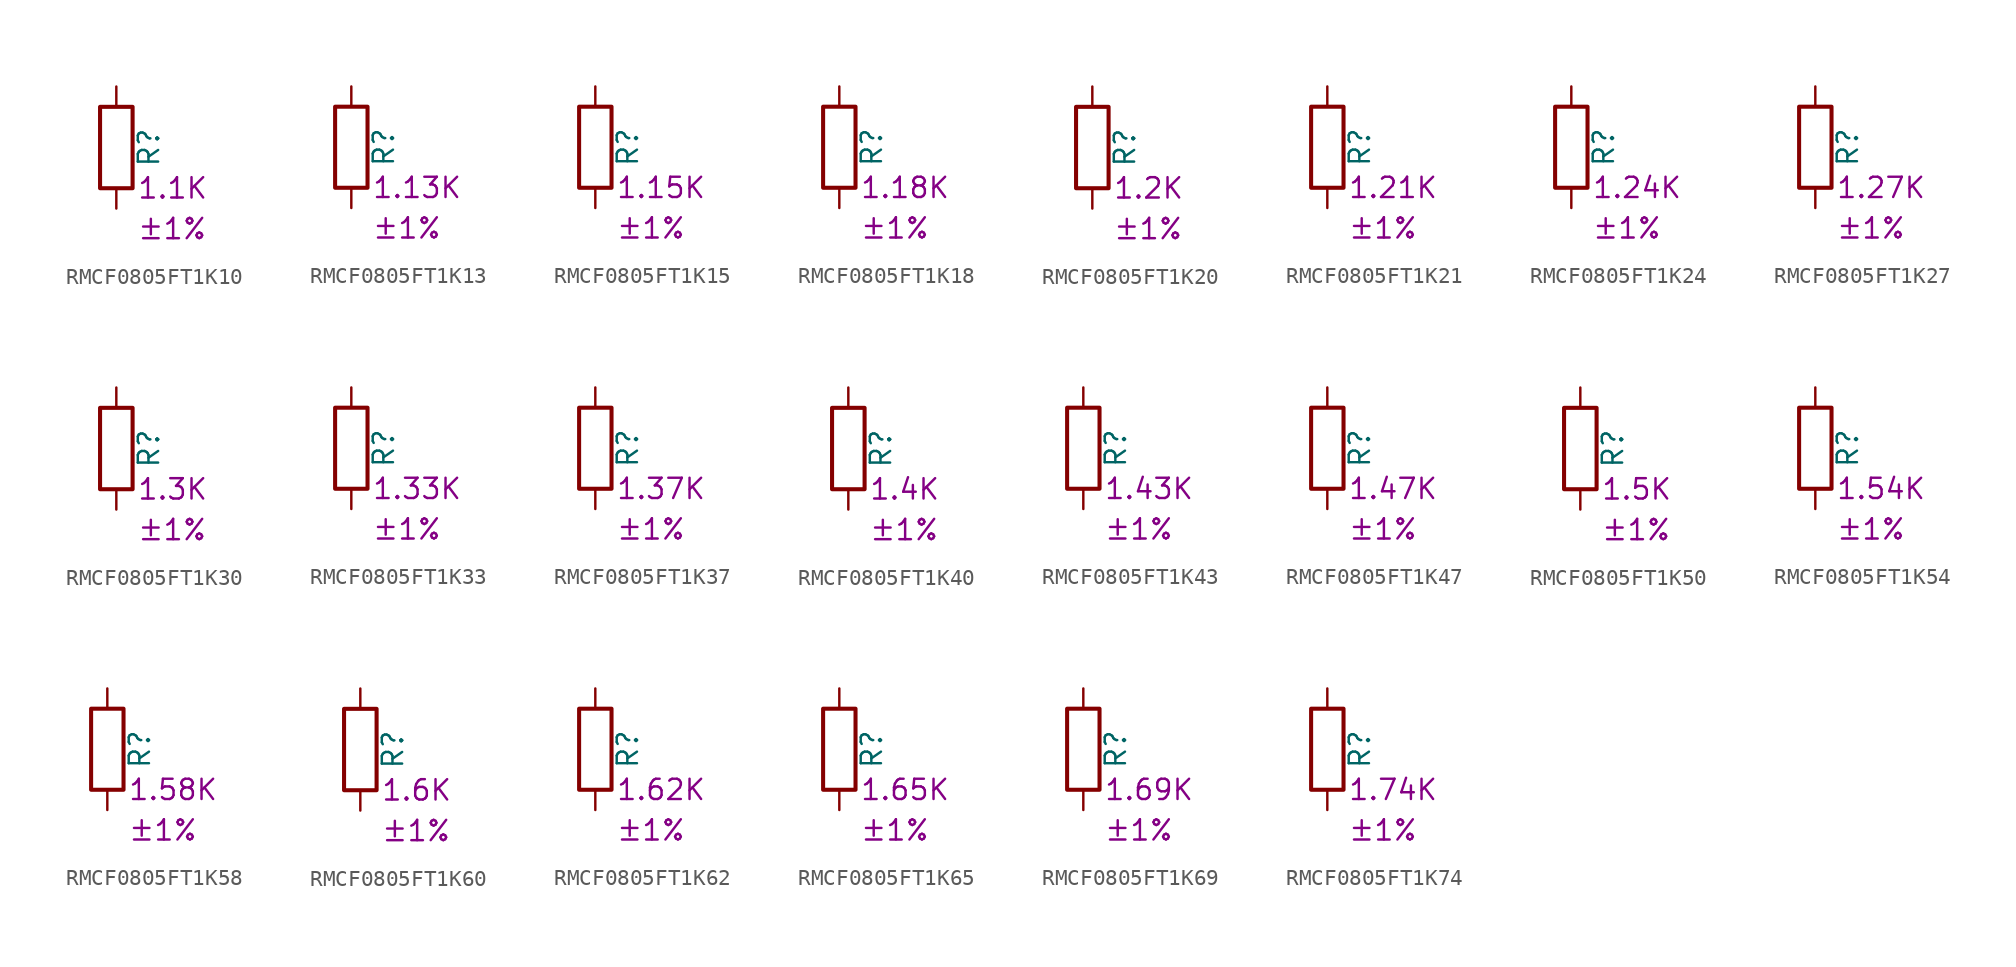
<source format=kicad_sym>
(kicad_symbol_lib
  (version 20220914)
  (generator kicad_symbol_editor)
  (symbol "RMCF0805FT1K10"
    (pin_numbers hide)
    (pin_names
      (offset 0))
    (property "Reference" "R"
      (at 2.032 0 90)
      (effects (font (size 1.27 1.27))))
    (property "Resistance" "1.1K"
      (at 1.27 -2.54 0)
      (effects (font (size 1.27 1.27)) (justify left)))
    (property "Tolerance" "±1%"
      (at 1.27 -5.08 0)
      (effects (font (size 1.27 1.27)) (justify left)))
    (symbol "RMCF0805FT1K10_0_1"
      (rectangle (start -1.016 -2.54) (end 1.016 2.54) (stroke (width 0.254) (type default)) (fill (type none))))
    (symbol "RMCF0805FT1K10_1_1"
      (pin passive line (at 0 3.81 270) (length 1.27) (name "~" (effects (font (size 1.27 1.27)))) (number "1" (effects (font (size 1.27 1.27)))))
      (pin passive line (at 0 -3.81 90) (length 1.27) (name "~" (effects (font (size 1.27 1.27)))) (number "2" (effects (font (size 1.27 1.27)))))))
  (symbol "RMCF0805FT1K13"
    (pin_numbers hide)
    (pin_names
      (offset 0))
    (property "Reference" "R"
      (at 2.032 0 90)
      (effects (font (size 1.27 1.27))))
    (property "Resistance" "1.13K"
      (at 1.27 -2.54 0)
      (effects (font (size 1.27 1.27)) (justify left)))
    (property "Tolerance" "±1%"
      (at 1.27 -5.08 0)
      (effects (font (size 1.27 1.27)) (justify left)))
    (symbol "RMCF0805FT1K13_0_1"
      (rectangle (start -1.016 -2.54) (end 1.016 2.54) (stroke (width 0.254) (type default)) (fill (type none))))
    (symbol "RMCF0805FT1K13_1_1"
      (pin passive line (at 0 3.81 270) (length 1.27) (name "~" (effects (font (size 1.27 1.27)))) (number "1" (effects (font (size 1.27 1.27)))))
      (pin passive line (at 0 -3.81 90) (length 1.27) (name "~" (effects (font (size 1.27 1.27)))) (number "2" (effects (font (size 1.27 1.27)))))))
  (symbol "RMCF0805FT1K15"
    (pin_numbers hide)
    (pin_names
      (offset 0))
    (property "Reference" "R"
      (at 2.032 0 90)
      (effects (font (size 1.27 1.27))))
    (property "Resistance" "1.15K"
      (at 1.27 -2.54 0)
      (effects (font (size 1.27 1.27)) (justify left)))
    (property "Tolerance" "±1%"
      (at 1.27 -5.08 0)
      (effects (font (size 1.27 1.27)) (justify left)))
    (symbol "RMCF0805FT1K15_0_1"
      (rectangle (start -1.016 -2.54) (end 1.016 2.54) (stroke (width 0.254) (type default)) (fill (type none))))
    (symbol "RMCF0805FT1K15_1_1"
      (pin passive line (at 0 3.81 270) (length 1.27) (name "~" (effects (font (size 1.27 1.27)))) (number "1" (effects (font (size 1.27 1.27)))))
      (pin passive line (at 0 -3.81 90) (length 1.27) (name "~" (effects (font (size 1.27 1.27)))) (number "2" (effects (font (size 1.27 1.27)))))))
  (symbol "RMCF0805FT1K18"
    (pin_numbers hide)
    (pin_names
      (offset 0))
    (property "Reference" "R"
      (at 2.032 0 90)
      (effects (font (size 1.27 1.27))))
    (property "Resistance" "1.18K"
      (at 1.27 -2.54 0)
      (effects (font (size 1.27 1.27)) (justify left)))
    (property "Tolerance" "±1%"
      (at 1.27 -5.08 0)
      (effects (font (size 1.27 1.27)) (justify left)))
    (symbol "RMCF0805FT1K18_0_1"
      (rectangle (start -1.016 -2.54) (end 1.016 2.54) (stroke (width 0.254) (type default)) (fill (type none))))
    (symbol "RMCF0805FT1K18_1_1"
      (pin passive line (at 0 3.81 270) (length 1.27) (name "~" (effects (font (size 1.27 1.27)))) (number "1" (effects (font (size 1.27 1.27)))))
      (pin passive line (at 0 -3.81 90) (length 1.27) (name "~" (effects (font (size 1.27 1.27)))) (number "2" (effects (font (size 1.27 1.27)))))))
  (symbol "RMCF0805FT1K20"
    (pin_numbers hide)
    (pin_names
      (offset 0))
    (property "Reference" "R"
      (at 2.032 0 90)
      (effects (font (size 1.27 1.27))))
    (property "Resistance" "1.2K"
      (at 1.27 -2.54 0)
      (effects (font (size 1.27 1.27)) (justify left)))
    (property "Tolerance" "±1%"
      (at 1.27 -5.08 0)
      (effects (font (size 1.27 1.27)) (justify left)))
    (symbol "RMCF0805FT1K20_0_1"
      (rectangle (start -1.016 -2.54) (end 1.016 2.54) (stroke (width 0.254) (type default)) (fill (type none))))
    (symbol "RMCF0805FT1K20_1_1"
      (pin passive line (at 0 3.81 270) (length 1.27) (name "~" (effects (font (size 1.27 1.27)))) (number "1" (effects (font (size 1.27 1.27)))))
      (pin passive line (at 0 -3.81 90) (length 1.27) (name "~" (effects (font (size 1.27 1.27)))) (number "2" (effects (font (size 1.27 1.27)))))))
  (symbol "RMCF0805FT1K21"
    (pin_numbers hide)
    (pin_names
      (offset 0))
    (property "Reference" "R"
      (at 2.032 0 90)
      (effects (font (size 1.27 1.27))))
    (property "Resistance" "1.21K"
      (at 1.27 -2.54 0)
      (effects (font (size 1.27 1.27)) (justify left)))
    (property "Tolerance" "±1%"
      (at 1.27 -5.08 0)
      (effects (font (size 1.27 1.27)) (justify left)))
    (symbol "RMCF0805FT1K21_0_1"
      (rectangle (start -1.016 -2.54) (end 1.016 2.54) (stroke (width 0.254) (type default)) (fill (type none))))
    (symbol "RMCF0805FT1K21_1_1"
      (pin passive line (at 0 3.81 270) (length 1.27) (name "~" (effects (font (size 1.27 1.27)))) (number "1" (effects (font (size 1.27 1.27)))))
      (pin passive line (at 0 -3.81 90) (length 1.27) (name "~" (effects (font (size 1.27 1.27)))) (number "2" (effects (font (size 1.27 1.27)))))))
  (symbol "RMCF0805FT1K24"
    (pin_numbers hide)
    (pin_names
      (offset 0))
    (property "Reference" "R"
      (at 2.032 0 90)
      (effects (font (size 1.27 1.27))))
    (property "Resistance" "1.24K"
      (at 1.27 -2.54 0)
      (effects (font (size 1.27 1.27)) (justify left)))
    (property "Tolerance" "±1%"
      (at 1.27 -5.08 0)
      (effects (font (size 1.27 1.27)) (justify left)))
    (symbol "RMCF0805FT1K24_0_1"
      (rectangle (start -1.016 -2.54) (end 1.016 2.54) (stroke (width 0.254) (type default)) (fill (type none))))
    (symbol "RMCF0805FT1K24_1_1"
      (pin passive line (at 0 3.81 270) (length 1.27) (name "~" (effects (font (size 1.27 1.27)))) (number "1" (effects (font (size 1.27 1.27)))))
      (pin passive line (at 0 -3.81 90) (length 1.27) (name "~" (effects (font (size 1.27 1.27)))) (number "2" (effects (font (size 1.27 1.27)))))))
  (symbol "RMCF0805FT1K27"
    (pin_numbers hide)
    (pin_names
      (offset 0))
    (property "Reference" "R"
      (at 2.032 0 90)
      (effects (font (size 1.27 1.27))))
    (property "Resistance" "1.27K"
      (at 1.27 -2.54 0)
      (effects (font (size 1.27 1.27)) (justify left)))
    (property "Tolerance" "±1%"
      (at 1.27 -5.08 0)
      (effects (font (size 1.27 1.27)) (justify left)))
    (symbol "RMCF0805FT1K27_0_1"
      (rectangle (start -1.016 -2.54) (end 1.016 2.54) (stroke (width 0.254) (type default)) (fill (type none))))
    (symbol "RMCF0805FT1K27_1_1"
      (pin passive line (at 0 3.81 270) (length 1.27) (name "~" (effects (font (size 1.27 1.27)))) (number "1" (effects (font (size 1.27 1.27)))))
      (pin passive line (at 0 -3.81 90) (length 1.27) (name "~" (effects (font (size 1.27 1.27)))) (number "2" (effects (font (size 1.27 1.27)))))))
  (symbol "RMCF0805FT1K30"
    (pin_numbers hide)
    (pin_names
      (offset 0))
    (property "Reference" "R"
      (at 2.032 0 90)
      (effects (font (size 1.27 1.27))))
    (property "Resistance" "1.3K"
      (at 1.27 -2.54 0)
      (effects (font (size 1.27 1.27)) (justify left)))
    (property "Tolerance" "±1%"
      (at 1.27 -5.08 0)
      (effects (font (size 1.27 1.27)) (justify left)))
    (symbol "RMCF0805FT1K30_0_1"
      (rectangle (start -1.016 -2.54) (end 1.016 2.54) (stroke (width 0.254) (type default)) (fill (type none))))
    (symbol "RMCF0805FT1K30_1_1"
      (pin passive line (at 0 3.81 270) (length 1.27) (name "~" (effects (font (size 1.27 1.27)))) (number "1" (effects (font (size 1.27 1.27)))))
      (pin passive line (at 0 -3.81 90) (length 1.27) (name "~" (effects (font (size 1.27 1.27)))) (number "2" (effects (font (size 1.27 1.27)))))))
  (symbol "RMCF0805FT1K33"
    (pin_numbers hide)
    (pin_names
      (offset 0))
    (property "Reference" "R"
      (at 2.032 0 90)
      (effects (font (size 1.27 1.27))))
    (property "Resistance" "1.33K"
      (at 1.27 -2.54 0)
      (effects (font (size 1.27 1.27)) (justify left)))
    (property "Tolerance" "±1%"
      (at 1.27 -5.08 0)
      (effects (font (size 1.27 1.27)) (justify left)))
    (symbol "RMCF0805FT1K33_0_1"
      (rectangle (start -1.016 -2.54) (end 1.016 2.54) (stroke (width 0.254) (type default)) (fill (type none))))
    (symbol "RMCF0805FT1K33_1_1"
      (pin passive line (at 0 3.81 270) (length 1.27) (name "~" (effects (font (size 1.27 1.27)))) (number "1" (effects (font (size 1.27 1.27)))))
      (pin passive line (at 0 -3.81 90) (length 1.27) (name "~" (effects (font (size 1.27 1.27)))) (number "2" (effects (font (size 1.27 1.27)))))))
  (symbol "RMCF0805FT1K37"
    (pin_numbers hide)
    (pin_names
      (offset 0))
    (property "Reference" "R"
      (at 2.032 0 90)
      (effects (font (size 1.27 1.27))))
    (property "Resistance" "1.37K"
      (at 1.27 -2.54 0)
      (effects (font (size 1.27 1.27)) (justify left)))
    (property "Tolerance" "±1%"
      (at 1.27 -5.08 0)
      (effects (font (size 1.27 1.27)) (justify left)))
    (symbol "RMCF0805FT1K37_0_1"
      (rectangle (start -1.016 -2.54) (end 1.016 2.54) (stroke (width 0.254) (type default)) (fill (type none))))
    (symbol "RMCF0805FT1K37_1_1"
      (pin passive line (at 0 3.81 270) (length 1.27) (name "~" (effects (font (size 1.27 1.27)))) (number "1" (effects (font (size 1.27 1.27)))))
      (pin passive line (at 0 -3.81 90) (length 1.27) (name "~" (effects (font (size 1.27 1.27)))) (number "2" (effects (font (size 1.27 1.27)))))))
  (symbol "RMCF0805FT1K40"
    (pin_numbers hide)
    (pin_names
      (offset 0))
    (property "Reference" "R"
      (at 2.032 0 90)
      (effects (font (size 1.27 1.27))))
    (property "Resistance" "1.4K"
      (at 1.27 -2.54 0)
      (effects (font (size 1.27 1.27)) (justify left)))
    (property "Tolerance" "±1%"
      (at 1.27 -5.08 0)
      (effects (font (size 1.27 1.27)) (justify left)))
    (symbol "RMCF0805FT1K40_0_1"
      (rectangle (start -1.016 -2.54) (end 1.016 2.54) (stroke (width 0.254) (type default)) (fill (type none))))
    (symbol "RMCF0805FT1K40_1_1"
      (pin passive line (at 0 3.81 270) (length 1.27) (name "~" (effects (font (size 1.27 1.27)))) (number "1" (effects (font (size 1.27 1.27)))))
      (pin passive line (at 0 -3.81 90) (length 1.27) (name "~" (effects (font (size 1.27 1.27)))) (number "2" (effects (font (size 1.27 1.27)))))))
  (symbol "RMCF0805FT1K43"
    (pin_numbers hide)
    (pin_names
      (offset 0))
    (property "Reference" "R"
      (at 2.032 0 90)
      (effects (font (size 1.27 1.27))))
    (property "Resistance" "1.43K"
      (at 1.27 -2.54 0)
      (effects (font (size 1.27 1.27)) (justify left)))
    (property "Tolerance" "±1%"
      (at 1.27 -5.08 0)
      (effects (font (size 1.27 1.27)) (justify left)))
    (symbol "RMCF0805FT1K43_0_1"
      (rectangle (start -1.016 -2.54) (end 1.016 2.54) (stroke (width 0.254) (type default)) (fill (type none))))
    (symbol "RMCF0805FT1K43_1_1"
      (pin passive line (at 0 3.81 270) (length 1.27) (name "~" (effects (font (size 1.27 1.27)))) (number "1" (effects (font (size 1.27 1.27)))))
      (pin passive line (at 0 -3.81 90) (length 1.27) (name "~" (effects (font (size 1.27 1.27)))) (number "2" (effects (font (size 1.27 1.27)))))))
  (symbol "RMCF0805FT1K47"
    (pin_numbers hide)
    (pin_names
      (offset 0))
    (property "Reference" "R"
      (at 2.032 0 90)
      (effects (font (size 1.27 1.27))))
    (property "Resistance" "1.47K"
      (at 1.27 -2.54 0)
      (effects (font (size 1.27 1.27)) (justify left)))
    (property "Tolerance" "±1%"
      (at 1.27 -5.08 0)
      (effects (font (size 1.27 1.27)) (justify left)))
    (symbol "RMCF0805FT1K47_0_1"
      (rectangle (start -1.016 -2.54) (end 1.016 2.54) (stroke (width 0.254) (type default)) (fill (type none))))
    (symbol "RMCF0805FT1K47_1_1"
      (pin passive line (at 0 3.81 270) (length 1.27) (name "~" (effects (font (size 1.27 1.27)))) (number "1" (effects (font (size 1.27 1.27)))))
      (pin passive line (at 0 -3.81 90) (length 1.27) (name "~" (effects (font (size 1.27 1.27)))) (number "2" (effects (font (size 1.27 1.27)))))))
  (symbol "RMCF0805FT1K50"
    (pin_numbers hide)
    (pin_names
      (offset 0))
    (property "Reference" "R"
      (at 2.032 0 90)
      (effects (font (size 1.27 1.27))))
    (property "Resistance" "1.5K"
      (at 1.27 -2.54 0)
      (effects (font (size 1.27 1.27)) (justify left)))
    (property "Tolerance" "±1%"
      (at 1.27 -5.08 0)
      (effects (font (size 1.27 1.27)) (justify left)))
    (symbol "RMCF0805FT1K50_0_1"
      (rectangle (start -1.016 -2.54) (end 1.016 2.54) (stroke (width 0.254) (type default)) (fill (type none))))
    (symbol "RMCF0805FT1K50_1_1"
      (pin passive line (at 0 3.81 270) (length 1.27) (name "~" (effects (font (size 1.27 1.27)))) (number "1" (effects (font (size 1.27 1.27)))))
      (pin passive line (at 0 -3.81 90) (length 1.27) (name "~" (effects (font (size 1.27 1.27)))) (number "2" (effects (font (size 1.27 1.27)))))))
  (symbol "RMCF0805FT1K54"
    (pin_numbers hide)
    (pin_names
      (offset 0))
    (property "Reference" "R"
      (at 2.032 0 90)
      (effects (font (size 1.27 1.27))))
    (property "Resistance" "1.54K"
      (at 1.27 -2.54 0)
      (effects (font (size 1.27 1.27)) (justify left)))
    (property "Tolerance" "±1%"
      (at 1.27 -5.08 0)
      (effects (font (size 1.27 1.27)) (justify left)))
    (symbol "RMCF0805FT1K54_0_1"
      (rectangle (start -1.016 -2.54) (end 1.016 2.54) (stroke (width 0.254) (type default)) (fill (type none))))
    (symbol "RMCF0805FT1K54_1_1"
      (pin passive line (at 0 3.81 270) (length 1.27) (name "~" (effects (font (size 1.27 1.27)))) (number "1" (effects (font (size 1.27 1.27)))))
      (pin passive line (at 0 -3.81 90) (length 1.27) (name "~" (effects (font (size 1.27 1.27)))) (number "2" (effects (font (size 1.27 1.27)))))))
  (symbol "RMCF0805FT1K58"
    (pin_numbers hide)
    (pin_names
      (offset 0))
    (property "Reference" "R"
      (at 2.032 0 90)
      (effects (font (size 1.27 1.27))))
    (property "Resistance" "1.58K"
      (at 1.27 -2.54 0)
      (effects (font (size 1.27 1.27)) (justify left)))
    (property "Tolerance" "±1%"
      (at 1.27 -5.08 0)
      (effects (font (size 1.27 1.27)) (justify left)))
    (symbol "RMCF0805FT1K58_0_1"
      (rectangle (start -1.016 -2.54) (end 1.016 2.54) (stroke (width 0.254) (type default)) (fill (type none))))
    (symbol "RMCF0805FT1K58_1_1"
      (pin passive line (at 0 3.81 270) (length 1.27) (name "~" (effects (font (size 1.27 1.27)))) (number "1" (effects (font (size 1.27 1.27)))))
      (pin passive line (at 0 -3.81 90) (length 1.27) (name "~" (effects (font (size 1.27 1.27)))) (number "2" (effects (font (size 1.27 1.27)))))))
  (symbol "RMCF0805FT1K60"
    (pin_numbers hide)
    (pin_names
      (offset 0))
    (property "Reference" "R"
      (at 2.032 0 90)
      (effects (font (size 1.27 1.27))))
    (property "Resistance" "1.6K"
      (at 1.27 -2.54 0)
      (effects (font (size 1.27 1.27)) (justify left)))
    (property "Tolerance" "±1%"
      (at 1.27 -5.08 0)
      (effects (font (size 1.27 1.27)) (justify left)))
    (symbol "RMCF0805FT1K60_0_1"
      (rectangle (start -1.016 -2.54) (end 1.016 2.54) (stroke (width 0.254) (type default)) (fill (type none))))
    (symbol "RMCF0805FT1K60_1_1"
      (pin passive line (at 0 3.81 270) (length 1.27) (name "~" (effects (font (size 1.27 1.27)))) (number "1" (effects (font (size 1.27 1.27)))))
      (pin passive line (at 0 -3.81 90) (length 1.27) (name "~" (effects (font (size 1.27 1.27)))) (number "2" (effects (font (size 1.27 1.27)))))))
  (symbol "RMCF0805FT1K62"
    (pin_numbers hide)
    (pin_names
      (offset 0))
    (property "Reference" "R"
      (at 2.032 0 90)
      (effects (font (size 1.27 1.27))))
    (property "Resistance" "1.62K"
      (at 1.27 -2.54 0)
      (effects (font (size 1.27 1.27)) (justify left)))
    (property "Tolerance" "±1%"
      (at 1.27 -5.08 0)
      (effects (font (size 1.27 1.27)) (justify left)))
    (symbol "RMCF0805FT1K62_0_1"
      (rectangle (start -1.016 -2.54) (end 1.016 2.54) (stroke (width 0.254) (type default)) (fill (type none))))
    (symbol "RMCF0805FT1K62_1_1"
      (pin passive line (at 0 3.81 270) (length 1.27) (name "~" (effects (font (size 1.27 1.27)))) (number "1" (effects (font (size 1.27 1.27)))))
      (pin passive line (at 0 -3.81 90) (length 1.27) (name "~" (effects (font (size 1.27 1.27)))) (number "2" (effects (font (size 1.27 1.27)))))))
  (symbol "RMCF0805FT1K65"
    (pin_numbers hide)
    (pin_names
      (offset 0))
    (property "Reference" "R"
      (at 2.032 0 90)
      (effects (font (size 1.27 1.27))))
    (property "Resistance" "1.65K"
      (at 1.27 -2.54 0)
      (effects (font (size 1.27 1.27)) (justify left)))
    (property "Tolerance" "±1%"
      (at 1.27 -5.08 0)
      (effects (font (size 1.27 1.27)) (justify left)))
    (symbol "RMCF0805FT1K65_0_1"
      (rectangle (start -1.016 -2.54) (end 1.016 2.54) (stroke (width 0.254) (type default)) (fill (type none))))
    (symbol "RMCF0805FT1K65_1_1"
      (pin passive line (at 0 3.81 270) (length 1.27) (name "~" (effects (font (size 1.27 1.27)))) (number "1" (effects (font (size 1.27 1.27)))))
      (pin passive line (at 0 -3.81 90) (length 1.27) (name "~" (effects (font (size 1.27 1.27)))) (number "2" (effects (font (size 1.27 1.27)))))))
  (symbol "RMCF0805FT1K69"
    (pin_numbers hide)
    (pin_names
      (offset 0))
    (property "Reference" "R"
      (at 2.032 0 90)
      (effects (font (size 1.27 1.27))))
    (property "Resistance" "1.69K"
      (at 1.27 -2.54 0)
      (effects (font (size 1.27 1.27)) (justify left)))
    (property "Tolerance" "±1%"
      (at 1.27 -5.08 0)
      (effects (font (size 1.27 1.27)) (justify left)))
    (symbol "RMCF0805FT1K69_0_1"
      (rectangle (start -1.016 -2.54) (end 1.016 2.54) (stroke (width 0.254) (type default)) (fill (type none))))
    (symbol "RMCF0805FT1K69_1_1"
      (pin passive line (at 0 3.81 270) (length 1.27) (name "~" (effects (font (size 1.27 1.27)))) (number "1" (effects (font (size 1.27 1.27)))))
      (pin passive line (at 0 -3.81 90) (length 1.27) (name "~" (effects (font (size 1.27 1.27)))) (number "2" (effects (font (size 1.27 1.27)))))))
  (symbol "RMCF0805FT1K74"
    (pin_numbers hide)
    (pin_names
      (offset 0))
    (property "Reference" "R"
      (at 2.032 0 90)
      (effects (font (size 1.27 1.27))))
    (property "Resistance" "1.74K"
      (at 1.27 -2.54 0)
      (effects (font (size 1.27 1.27)) (justify left)))
    (property "Tolerance" "±1%"
      (at 1.27 -5.08 0)
      (effects (font (size 1.27 1.27)) (justify left)))
    (symbol "RMCF0805FT1K74_0_1"
      (rectangle (start -1.016 -2.54) (end 1.016 2.54) (stroke (width 0.254) (type default)) (fill (type none))))
    (symbol "RMCF0805FT1K74_1_1"
      (pin passive line (at 0 3.81 270) (length 1.27) (name "~" (effects (font (size 1.27 1.27)))) (number "1" (effects (font (size 1.27 1.27)))))
      (pin passive line (at 0 -3.81 90) (length 1.27) (name "~" (effects (font (size 1.27 1.27)))) (number "2" (effects (font (size 1.27 1.27))))))))
</source>
